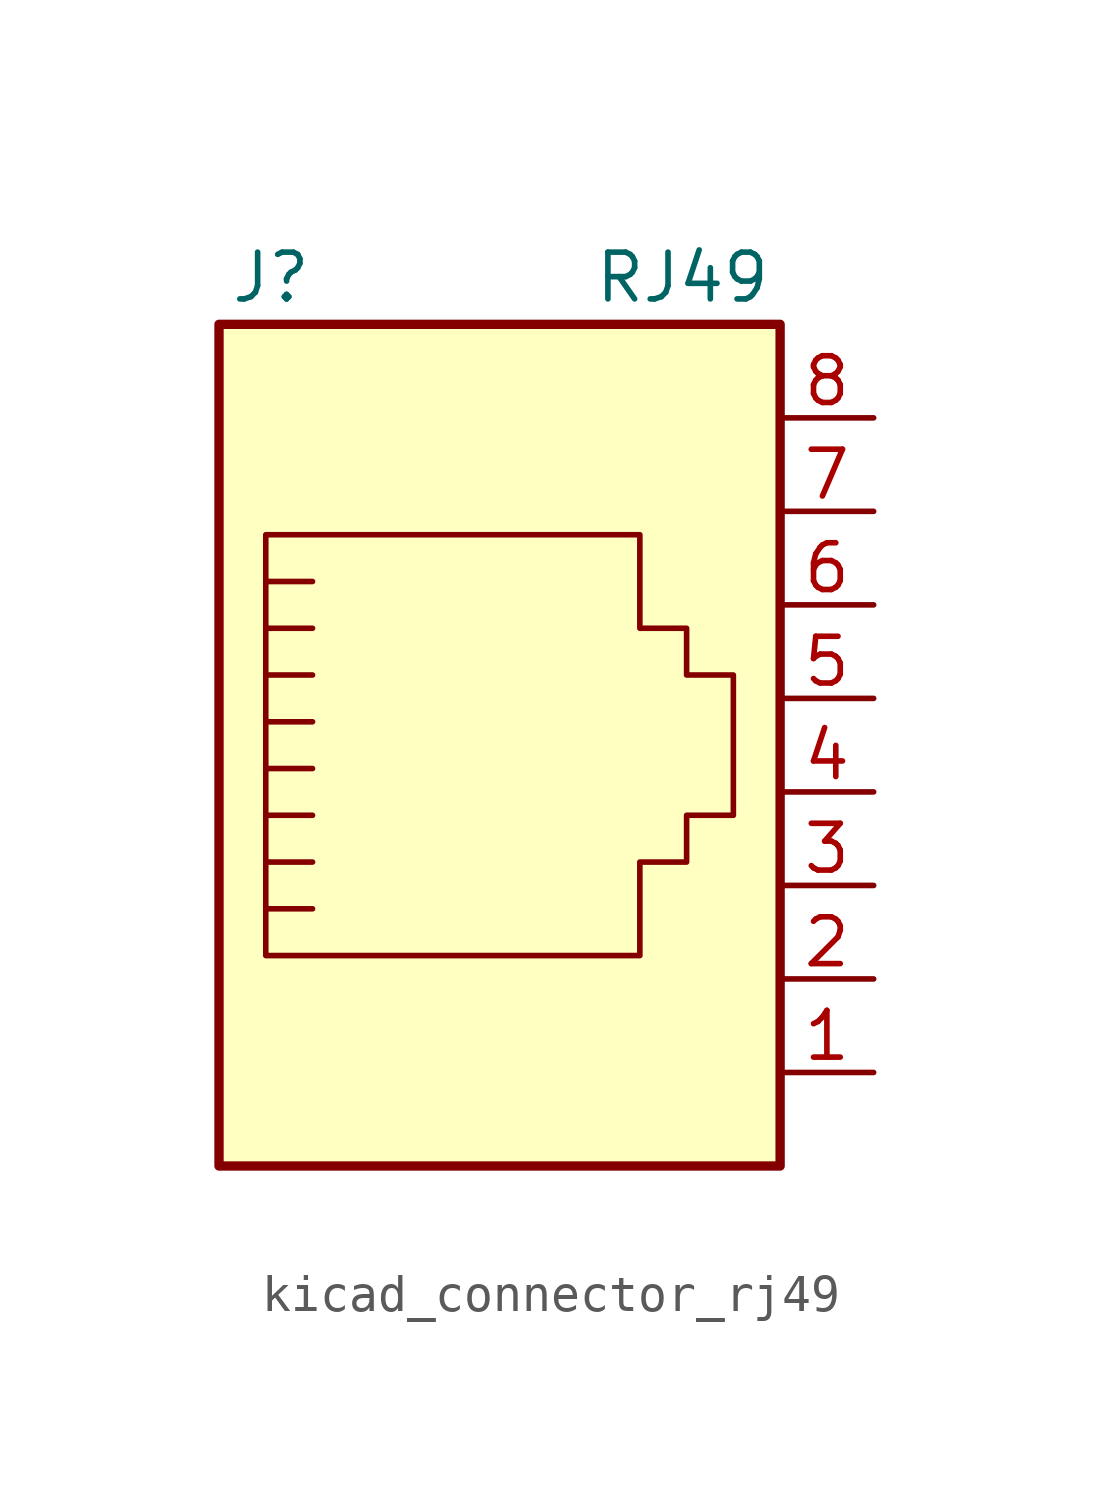
<source format=kicad_sym>
(kicad_symbol_lib
  (version 20220914)
  (generator kicad_symbol_editor)
  (symbol "kicad_connector_rj49"
    (pin_names
      (offset 1.016))
    (property "Reference" "J"
      (at -5.08 13.97 0)
      (effects (font (size 1.27 1.27)) (justify right)))
    (property "Value" "RJ49"
      (at 2.54 13.97 0)
      (effects (font (size 1.27 1.27)) (justify left)))
    (symbol "kicad_connector_rj49_0_1"
      (polyline (pts (xy -5.08 4.445) (xy -6.35 4.445)) (stroke (width 0) (type default)) (fill (type none)))
      (polyline (pts (xy -5.08 5.715) (xy -6.35 5.715)) (stroke (width 0) (type default)) (fill (type none)))
      (polyline (pts (xy -6.35 -3.175) (xy -5.08 -3.175) (xy -5.08 -3.175)) (stroke (width 0) (type default)) (fill (type none)))
      (polyline (pts (xy -6.35 -1.905) (xy -5.08 -1.905) (xy -5.08 -1.905)) (stroke (width 0) (type default)) (fill (type none)))
      (polyline (pts (xy -6.35 -0.635) (xy -5.08 -0.635) (xy -5.08 -0.635)) (stroke (width 0) (type default)) (fill (type none)))
      (polyline (pts (xy -6.35 0.635) (xy -5.08 0.635) (xy -5.08 0.635)) (stroke (width 0) (type default)) (fill (type none)))
      (polyline (pts (xy -6.35 1.905) (xy -5.08 1.905) (xy -5.08 1.905)) (stroke (width 0) (type default)) (fill (type none)))
      (polyline (pts (xy -5.08 3.175) (xy -6.35 3.175) (xy -6.35 3.175)) (stroke (width 0) (type default)) (fill (type none)))
      (polyline (pts (xy -6.35 -4.445) (xy -6.35 6.985) (xy 3.81 6.985) (xy 3.81 4.445) (xy 5.08 4.445) (xy 5.08 3.175) (xy 6.35 3.175) (xy 6.35 -0.635) (xy 5.08 -0.635) (xy 5.08 -1.905) (xy 3.81 -1.905) (xy 3.81 -4.445) (xy -6.35 -4.445) (xy -6.35 -4.445)) (stroke (width 0) (type default)) (fill (type none)))
      (rectangle (start 7.62 12.7) (end -7.62 -10.16) (stroke (width 0.254) (type default)) (fill (type background))))
    (symbol "kicad_connector_rj49_1_1"
      (pin passive line (at 10.16 -7.62 180) (length 2.54) (name "~" (effects (font (size 1.27 1.27)))) (number "1" (effects (font (size 1.27 1.27)))))
      (pin passive line (at 10.16 -5.08 180) (length 2.54) (name "~" (effects (font (size 1.27 1.27)))) (number "2" (effects (font (size 1.27 1.27)))))
      (pin passive line (at 10.16 -2.54 180) (length 2.54) (name "~" (effects (font (size 1.27 1.27)))) (number "3" (effects (font (size 1.27 1.27)))))
      (pin passive line (at 10.16 0 180) (length 2.54) (name "~" (effects (font (size 1.27 1.27)))) (number "4" (effects (font (size 1.27 1.27)))))
      (pin passive line (at 10.16 2.54 180) (length 2.54) (name "~" (effects (font (size 1.27 1.27)))) (number "5" (effects (font (size 1.27 1.27)))))
      (pin passive line (at 10.16 5.08 180) (length 2.54) (name "~" (effects (font (size 1.27 1.27)))) (number "6" (effects (font (size 1.27 1.27)))))
      (pin passive line (at 10.16 7.62 180) (length 2.54) (name "~" (effects (font (size 1.27 1.27)))) (number "7" (effects (font (size 1.27 1.27)))))
      (pin passive line (at 10.16 10.16 180) (length 2.54) (name "~" (effects (font (size 1.27 1.27)))) (number "8" (effects (font (size 1.27 1.27))))))))
</source>
